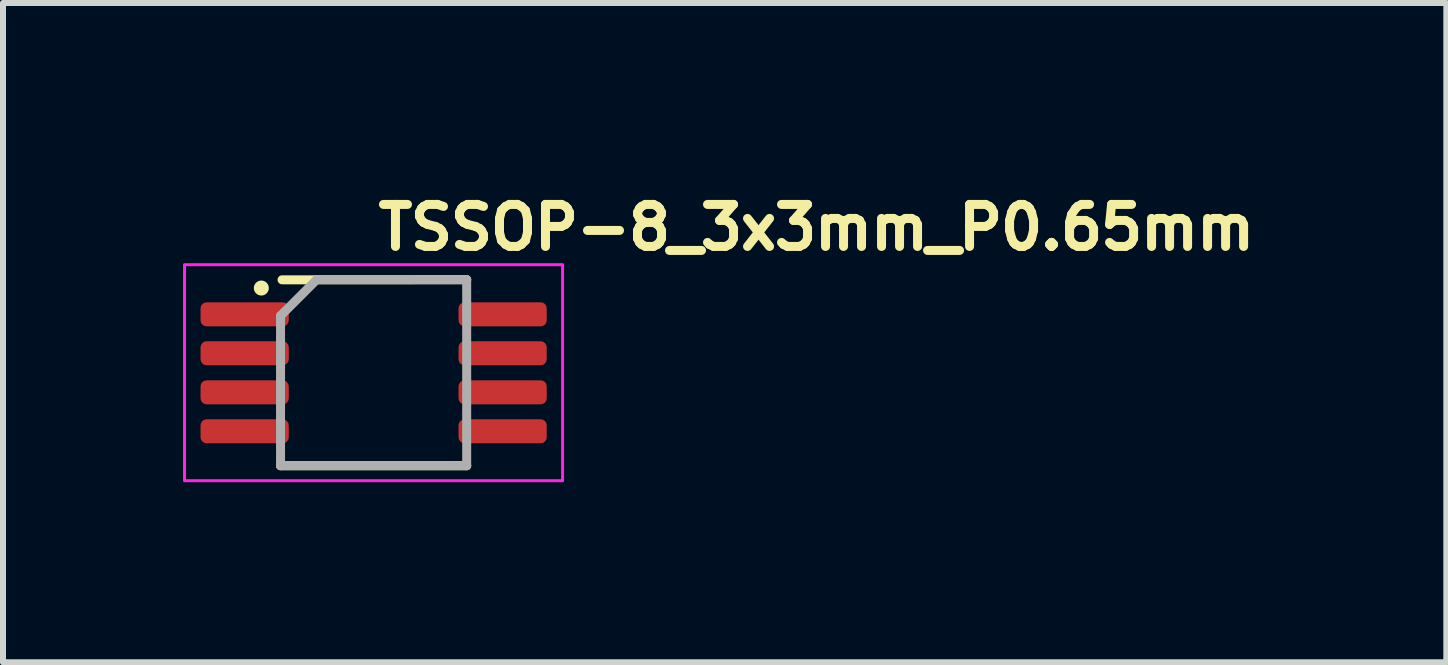
<source format=kicad_pcb>
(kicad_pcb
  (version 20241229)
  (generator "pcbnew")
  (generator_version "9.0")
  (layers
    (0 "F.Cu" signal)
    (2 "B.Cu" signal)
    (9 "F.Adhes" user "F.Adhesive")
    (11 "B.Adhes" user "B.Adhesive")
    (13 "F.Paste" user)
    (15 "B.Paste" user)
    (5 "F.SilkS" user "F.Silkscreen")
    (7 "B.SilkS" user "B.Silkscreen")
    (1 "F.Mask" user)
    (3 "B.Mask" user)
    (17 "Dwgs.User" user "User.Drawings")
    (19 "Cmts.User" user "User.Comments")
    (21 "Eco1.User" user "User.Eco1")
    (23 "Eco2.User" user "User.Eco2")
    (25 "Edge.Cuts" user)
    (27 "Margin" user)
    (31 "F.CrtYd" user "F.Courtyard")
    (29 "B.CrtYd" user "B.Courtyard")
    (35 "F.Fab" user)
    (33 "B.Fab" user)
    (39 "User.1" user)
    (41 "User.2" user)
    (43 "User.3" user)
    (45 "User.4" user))
  (footprint "TSSOP-8_3x3mm_P0.65mm"
    (layer "F.Cu")
    (at 3.175 3.15)
    (property "Reference" "TSSOP-8_3x3mm_P0.65mm" (at 0 -2 0) (layer "F.SilkS") (effects (font (size 0.7 0.7) (thickness 0.15)) (justify left bottom)))
    (attr smd)
    (fp_line (start -1.55 1.561) (end 1.552 1.561) (stroke (width 0.15) (type solid)) (layer "F.SilkS"))
    (fp_line (start -1.525 -1.537) (end 1.552 -1.539) (stroke (width 0.15) (type solid)) (layer "F.SilkS"))
    (fp_circle (center -1.87 -1.4) (end -1.82 -1.4) (stroke (width 0.15) (type solid)) (fill yes) (layer "F.SilkS"))
    (fp_rect (start -3.15 -1.789) (end 3.15 1.811) (stroke (width 0.05) (type solid)) (fill no) (layer "F.CrtYd"))
    (fp_line (start -1.55 -0.937) (end -1.55 1.561) (stroke (width 0.15) (type solid)) (layer "F.Fab"))
    (fp_line (start -1.55 -0.937) (end -0.949 -1.539) (stroke (width 0.15) (type solid)) (layer "F.Fab"))
    (fp_line (start -1.55 1.561) (end 1.552 1.561) (stroke (width 0.15) (type solid)) (layer "F.Fab"))
    (fp_line (start -0.949 -1.539) (end 1.552 -1.539) (stroke (width 0.15) (type solid)) (layer "F.Fab"))
    (fp_line (start 1.552 -1.539) (end 1.552 1.561) (stroke (width 0.15) (type solid)) (layer "F.Fab"))
    (fp_rect (start -2.449 -1.489) (end 2.451 1.513) (stroke (width 0.1) (type solid)) (fill no) (layer "User.5"))
    (fp_line (start -2.449 -0.806) (end -2.449 -1.12) (stroke (width 0.02) (type solid)) (layer "User.9"))
    (fp_line (start -2.449 -0.155) (end -2.449 -0.471) (stroke (width 0.02) (type solid)) (layer "User.9"))
    (fp_line (start -2.449 0.495) (end -2.449 0.18) (stroke (width 0.02) (type solid)) (layer "User.9"))
    (fp_line (start -2.449 1.145) (end -2.449 0.83) (stroke (width 0.02) (type solid)) (layer "User.9"))
    (fp_line (start -2.167 -1.12) (end -2.449 -1.12) (stroke (width 0.02) (type solid)) (layer "User.9"))
    (fp_line (start -2.167 -0.806) (end -2.449 -0.806) (stroke (width 0.02) (type solid)) (layer "User.9"))
    (fp_line (start -2.167 -0.471) (end -2.449 -0.471) (stroke (width 0.02) (type solid)) (layer "User.9"))
    (fp_line (start -2.167 -0.155) (end -2.449 -0.155) (stroke (width 0.02) (type solid)) (layer "User.9"))
    (fp_line (start -2.167 0.18) (end -2.449 0.18) (stroke (width 0.02) (type solid)) (layer "User.9"))
    (fp_line (start -2.167 0.495) (end -2.449 0.495) (stroke (width 0.02) (type solid)) (layer "User.9"))
    (fp_line (start -2.167 0.83) (end -2.449 0.83) (stroke (width 0.02) (type solid)) (layer "User.9"))
    (fp_line (start -2.167 1.145) (end -2.449 1.145) (stroke (width 0.02) (type solid)) (layer "User.9"))
    (fp_line (start -2.076 -1.12) (end -2.167 -1.12) (stroke (width 0.02) (type solid)) (layer "User.9"))
    (fp_line (start -2.076 -0.806) (end -2.167 -0.806) (stroke (width 0.02) (type solid)) (layer "User.9"))
    (fp_line (start -2.076 -0.471) (end -2.167 -0.471) (stroke (width 0.02) (type solid)) (layer "User.9"))
    (fp_line (start -2.076 -0.155) (end -2.167 -0.155) (stroke (width 0.02) (type solid)) (layer "User.9"))
    (fp_line (start -2.076 0.18) (end -2.167 0.18) (stroke (width 0.02) (type solid)) (layer "User.9"))
    (fp_line (start -2.076 0.495) (end -2.167 0.495) (stroke (width 0.02) (type solid)) (layer "User.9"))
    (fp_line (start -2.076 0.83) (end -2.167 0.83) (stroke (width 0.02) (type solid)) (layer "User.9"))
    (fp_line (start -2.076 1.145) (end -2.167 1.145) (stroke (width 0.02) (type solid)) (layer "User.9"))
    (fp_line (start -2.041 -1.12) (end -2.076 -1.12) (stroke (width 0.02) (type solid)) (layer "User.9"))
    (fp_line (start -2.041 -0.806) (end -2.076 -0.806) (stroke (width 0.02) (type solid)) (layer "User.9"))
    (fp_line (start -2.041 -0.471) (end -2.076 -0.471) (stroke (width 0.02) (type solid)) (layer "User.9"))
    (fp_line (start -2.041 -0.155) (end -2.076 -0.155) (stroke (width 0.02) (type solid)) (layer "User.9"))
    (fp_line (start -2.041 0.18) (end -2.076 0.18) (stroke (width 0.02) (type solid)) (layer "User.9"))
    (fp_line (start -2.041 0.495) (end -2.076 0.495) (stroke (width 0.02) (type solid)) (layer "User.9"))
    (fp_line (start -2.041 0.83) (end -2.076 0.83) (stroke (width 0.02) (type solid)) (layer "User.9"))
    (fp_line (start -2.041 1.145) (end -2.076 1.145) (stroke (width 0.02) (type solid)) (layer "User.9"))
    (fp_line (start -1.766 -1.12) (end -2.041 -1.12) (stroke (width 0.02) (type solid)) (layer "User.9"))
    (fp_line (start -1.766 -0.806) (end -2.041 -0.806) (stroke (width 0.02) (type solid)) (layer "User.9"))
    (fp_line (start -1.766 -0.471) (end -2.041 -0.471) (stroke (width 0.02) (type solid)) (layer "User.9"))
    (fp_line (start -1.766 -0.155) (end -2.041 -0.155) (stroke (width 0.02) (type solid)) (layer "User.9"))
    (fp_line (start -1.766 0.18) (end -2.041 0.18) (stroke (width 0.02) (type solid)) (layer "User.9"))
    (fp_line (start -1.766 0.495) (end -2.041 0.495) (stroke (width 0.02) (type solid)) (layer "User.9"))
    (fp_line (start -1.766 0.83) (end -2.041 0.83) (stroke (width 0.02) (type solid)) (layer "User.9"))
    (fp_line (start -1.766 1.145) (end -2.041 1.145) (stroke (width 0.02) (type solid)) (layer "User.9"))
    (fp_line (start -1.499 -1.338) (end -1.499 -1.338) (stroke (width 0.02) (type solid)) (layer "User.9"))
    (fp_line (start -1.499 -1.338) (end -1.499 1.363) (stroke (width 0.02) (type solid)) (layer "User.9"))
    (fp_line (start -1.499 -1.338) (end -1.498 -1.345) (stroke (width 0.02) (type solid)) (layer "User.9"))
    (fp_line (start -1.499 -1.12) (end -1.766 -1.12) (stroke (width 0.02) (type solid)) (layer "User.9"))
    (fp_line (start -1.499 -0.806) (end -1.766 -0.806) (stroke (width 0.02) (type solid)) (layer "User.9"))
    (fp_line (start -1.499 -0.806) (end -1.499 -1.12) (stroke (width 0.02) (type solid)) (layer "User.9"))
    (fp_line (start -1.499 -0.471) (end -1.766 -0.471) (stroke (width 0.02) (type solid)) (layer "User.9"))
    (fp_line (start -1.499 -0.155) (end -1.766 -0.155) (stroke (width 0.02) (type solid)) (layer "User.9"))
    (fp_line (start -1.499 -0.155) (end -1.499 -0.471) (stroke (width 0.02) (type solid)) (layer "User.9"))
    (fp_line (start -1.499 0.18) (end -1.766 0.18) (stroke (width 0.02) (type solid)) (layer "User.9"))
    (fp_line (start -1.499 0.495) (end -1.766 0.495) (stroke (width 0.02) (type solid)) (layer "User.9"))
    (fp_line (start -1.499 0.495) (end -1.499 0.18) (stroke (width 0.02) (type solid)) (layer "User.9"))
    (fp_line (start -1.499 0.83) (end -1.766 0.83) (stroke (width 0.02) (type solid)) (layer "User.9"))
    (fp_line (start -1.499 1.145) (end -1.766 1.145) (stroke (width 0.02) (type solid)) (layer "User.9"))
    (fp_line (start -1.499 1.145) (end -1.499 0.83) (stroke (width 0.02) (type solid)) (layer "User.9"))
    (fp_line (start -1.499 1.363) (end -1.499 1.363) (stroke (width 0.02) (type solid)) (layer "User.9"))
    (fp_line (start -1.498 -1.353) (end -1.497 -1.36) (stroke (width 0.02) (type solid)) (layer "User.9"))
    (fp_line (start -1.498 -1.345) (end -1.498 -1.353) (stroke (width 0.02) (type solid)) (layer "User.9"))
    (fp_line (start -1.498 1.369) (end -1.499 1.363) (stroke (width 0.02) (type solid)) (layer "User.9"))
    (fp_line (start -1.498 1.376) (end -1.498 1.369) (stroke (width 0.02) (type solid)) (layer "User.9"))
    (fp_line (start -1.497 -1.36) (end -1.496 -1.367) (stroke (width 0.02) (type solid)) (layer "User.9"))
    (fp_line (start -1.497 1.384) (end -1.498 1.376) (stroke (width 0.02) (type solid)) (layer "User.9"))
    (fp_line (start -1.496 -1.367) (end -1.494 -1.374) (stroke (width 0.02) (type solid)) (layer "User.9"))
    (fp_line (start -1.496 1.391) (end -1.497 1.384) (stroke (width 0.02) (type solid)) (layer "User.9"))
    (fp_line (start -1.494 -1.374) (end -1.493 -1.38) (stroke (width 0.02) (type solid)) (layer "User.9"))
    (fp_line (start -1.494 1.397) (end -1.496 1.391) (stroke (width 0.02) (type solid)) (layer "User.9"))
    (fp_line (start -1.493 -1.38) (end -1.49 -1.386) (stroke (width 0.02) (type solid)) (layer "User.9"))
    (fp_line (start -1.493 1.404) (end -1.494 1.397) (stroke (width 0.02) (type solid)) (layer "User.9"))
    (fp_line (start -1.49 -1.386) (end -1.488 -1.393) (stroke (width 0.02) (type solid)) (layer "User.9"))
    (fp_line (start -1.49 1.411) (end -1.493 1.404) (stroke (width 0.02) (type solid)) (layer "User.9"))
    (fp_line (start -1.488 -1.393) (end -1.485 -1.4) (stroke (width 0.02) (type solid)) (layer "User.9"))
    (fp_line (start -1.488 1.417) (end -1.49 1.411) (stroke (width 0.02) (type solid)) (layer "User.9"))
    (fp_line (start -1.485 -1.4) (end -1.482 -1.406) (stroke (width 0.02) (type solid)) (layer "User.9"))
    (fp_line (start -1.485 1.424) (end -1.488 1.417) (stroke (width 0.02) (type solid)) (layer "User.9"))
    (fp_line (start -1.482 -1.406) (end -1.478 -1.413) (stroke (width 0.02) (type solid)) (layer "User.9"))
    (fp_line (start -1.482 1.431) (end -1.485 1.424) (stroke (width 0.02) (type solid)) (layer "User.9"))
    (fp_line (start -1.478 -1.413) (end -1.474 -1.42) (stroke (width 0.02) (type solid)) (layer "User.9"))
    (fp_line (start -1.478 1.436) (end -1.482 1.431) (stroke (width 0.02) (type solid)) (layer "User.9"))
    (fp_line (start -1.474 -1.42) (end -1.47 -1.426) (stroke (width 0.02) (type solid)) (layer "User.9"))
    (fp_line (start -1.474 1.444) (end -1.478 1.436) (stroke (width 0.02) (type solid)) (layer "User.9"))
    (fp_line (start -1.47 -1.426) (end -1.465 -1.432) (stroke (width 0.02) (type solid)) (layer "User.9"))
    (fp_line (start -1.47 1.449) (end -1.474 1.444) (stroke (width 0.02) (type solid)) (layer "User.9"))
    (fp_line (start -1.465 -1.432) (end -1.46 -1.438) (stroke (width 0.02) (type solid)) (layer "User.9"))
    (fp_line (start -1.465 1.456) (end -1.47 1.449) (stroke (width 0.02) (type solid)) (layer "User.9"))
    (fp_line (start -1.46 -1.438) (end -1.455 -1.444) (stroke (width 0.02) (type solid)) (layer "User.9"))
    (fp_line (start -1.46 1.461) (end -1.465 1.456) (stroke (width 0.02) (type solid)) (layer "User.9"))
    (fp_line (start -1.455 -1.444) (end -1.455 -1.444) (stroke (width 0.02) (type solid)) (layer "User.9"))
    (fp_line (start -1.455 -1.444) (end -1.448 -1.449) (stroke (width 0.02) (type solid)) (layer "User.9"))
    (fp_line (start -1.455 1.468) (end -1.46 1.461) (stroke (width 0.02) (type solid)) (layer "User.9"))
    (fp_line (start -1.455 1.468) (end -1.455 1.468) (stroke (width 0.02) (type solid)) (layer "User.9"))
    (fp_line (start -1.448 -1.449) (end -1.443 -1.454) (stroke (width 0.02) (type solid)) (layer "User.9"))
    (fp_line (start -1.448 1.473) (end -1.455 1.468) (stroke (width 0.02) (type solid)) (layer "User.9"))
    (fp_line (start -1.443 -1.454) (end -1.437 -1.459) (stroke (width 0.02) (type solid)) (layer "User.9"))
    (fp_line (start -1.443 1.478) (end -1.448 1.473) (stroke (width 0.02) (type solid)) (layer "User.9"))
    (fp_line (start -1.437 -1.459) (end -1.431 -1.463) (stroke (width 0.02) (type solid)) (layer "User.9"))
    (fp_line (start -1.437 1.484) (end -1.443 1.478) (stroke (width 0.02) (type solid)) (layer "User.9"))
    (fp_line (start -1.431 -1.463) (end -1.424 -1.467) (stroke (width 0.02) (type solid)) (layer "User.9"))
    (fp_line (start -1.431 1.488) (end -1.437 1.484) (stroke (width 0.02) (type solid)) (layer "User.9"))
    (fp_line (start -1.424 -1.467) (end -1.418 -1.471) (stroke (width 0.02) (type solid)) (layer "User.9"))
    (fp_line (start -1.424 1.492) (end -1.431 1.488) (stroke (width 0.02) (type solid)) (layer "User.9"))
    (fp_line (start -1.418 -1.471) (end -1.412 -1.474) (stroke (width 0.02) (type solid)) (layer "User.9"))
    (fp_line (start -1.418 1.496) (end -1.424 1.492) (stroke (width 0.02) (type solid)) (layer "User.9"))
    (fp_line (start -1.412 -1.474) (end -1.405 -1.478) (stroke (width 0.02) (type solid)) (layer "User.9"))
    (fp_line (start -1.412 1.498) (end -1.418 1.496) (stroke (width 0.02) (type solid)) (layer "User.9"))
    (fp_line (start -1.405 -1.478) (end -1.398 -1.48) (stroke (width 0.02) (type solid)) (layer "User.9"))
    (fp_line (start -1.405 1.501) (end -1.412 1.498) (stroke (width 0.02) (type solid)) (layer "User.9"))
    (fp_line (start -1.398 -1.48) (end -1.392 -1.483) (stroke (width 0.02) (type solid)) (layer "User.9"))
    (fp_line (start -1.398 1.504) (end -1.405 1.501) (stroke (width 0.02) (type solid)) (layer "User.9"))
    (fp_line (start -1.392 -1.483) (end -1.385 -1.484) (stroke (width 0.02) (type solid)) (layer "User.9"))
    (fp_line (start -1.392 1.506) (end -1.398 1.504) (stroke (width 0.02) (type solid)) (layer "User.9"))
    (fp_line (start -1.385 -1.484) (end -1.377 -1.486) (stroke (width 0.02) (type solid)) (layer "User.9"))
    (fp_line (start -1.385 1.508) (end -1.392 1.506) (stroke (width 0.02) (type solid)) (layer "User.9"))
    (fp_line (start -1.377 -1.486) (end -1.37 -1.487) (stroke (width 0.02) (type solid)) (layer "User.9"))
    (fp_line (start -1.377 1.509) (end -1.385 1.508) (stroke (width 0.02) (type solid)) (layer "User.9"))
    (fp_line (start -1.37 -1.487) (end -1.363 -1.488) (stroke (width 0.02) (type solid)) (layer "User.9"))
    (fp_line (start -1.37 1.51) (end -1.377 1.509) (stroke (width 0.02) (type solid)) (layer "User.9"))
    (fp_line (start -1.363 -1.488) (end -1.356 -1.488) (stroke (width 0.02) (type solid)) (layer "User.9"))
    (fp_line (start -1.363 1.512) (end -1.37 1.51) (stroke (width 0.02) (type solid)) (layer "User.9"))
    (fp_line (start -1.356 -1.488) (end -1.349 -1.489) (stroke (width 0.02) (type solid)) (layer "User.9"))
    (fp_line (start -1.356 1.512) (end -1.363 1.512) (stroke (width 0.02) (type solid)) (layer "User.9"))
    (fp_line (start -1.349 -1.489) (end -1.349 -1.489) (stroke (width 0.02) (type solid)) (layer "User.9"))
    (fp_line (start -1.349 1.513) (end -1.356 1.512) (stroke (width 0.02) (type solid)) (layer "User.9"))
    (fp_line (start -1.349 1.513) (end -1.349 1.513) (stroke (width 0.02) (type solid)) (layer "User.9"))
    (fp_line (start -1.349 1.513) (end 1.351 1.513) (stroke (width 0.02) (type solid)) (layer "User.9"))
    (fp_line (start -1.124 -1) (end -1.124 -0.997) (stroke (width 0.02) (type solid)) (layer "User.9"))
    (fp_line (start -1.124 -1) (end -1.124 -0.997) (stroke (width 0.02) (type solid)) (layer "User.9"))
    (fp_line (start -1.124 -0.997) (end -1.124 -0.992) (stroke (width 0.02) (type solid)) (layer "User.9"))
    (fp_line (start -1.124 -0.997) (end -1.124 -0.992) (stroke (width 0.02) (type solid)) (layer "User.9"))
    (fp_line (start -1.124 -0.992) (end -1.124 -0.989) (stroke (width 0.02) (type solid)) (layer "User.9"))
    (fp_line (start -1.124 -0.992) (end -1.124 -0.989) (stroke (width 0.02) (type solid)) (layer "User.9"))
    (fp_line (start -1.124 -0.989) (end -1.124 -0.98) (stroke (width 0.02) (type solid)) (layer "User.9"))
    (fp_line (start -1.124 -0.989) (end -1.124 -0.98) (stroke (width 0.02) (type solid)) (layer "User.9"))
    (fp_line (start -1.124 -0.98) (end -1.122 -0.972) (stroke (width 0.02) (type solid)) (layer "User.9"))
    (fp_line (start -1.124 -0.98) (end -1.122 -0.972) (stroke (width 0.02) (type solid)) (layer "User.9"))
    (fp_line (start -1.122 -1.013) (end -1.122 -1.008) (stroke (width 0.02) (type solid)) (layer "User.9"))
    (fp_line (start -1.122 -1.013) (end -1.122 -1.008) (stroke (width 0.02) (type solid)) (layer "User.9"))
    (fp_line (start -1.122 -1.008) (end -1.122 -1.005) (stroke (width 0.02) (type solid)) (layer "User.9"))
    (fp_line (start -1.122 -1.008) (end -1.122 -1.005) (stroke (width 0.02) (type solid)) (layer "User.9"))
    (fp_line (start -1.122 -1.005) (end -1.124 -1) (stroke (width 0.02) (type solid)) (layer "User.9"))
    (fp_line (start -1.122 -1.005) (end -1.124 -1) (stroke (width 0.02) (type solid)) (layer "User.9"))
    (fp_line (start -1.122 -0.972) (end -1.122 -0.963) (stroke (width 0.02) (type solid)) (layer "User.9"))
    (fp_line (start -1.122 -0.972) (end -1.122 -0.963) (stroke (width 0.02) (type solid)) (layer "User.9"))
    (fp_line (start -1.122 -0.963) (end -1.12 -0.955) (stroke (width 0.02) (type solid)) (layer "User.9"))
    (fp_line (start -1.122 -0.963) (end -1.12 -0.955) (stroke (width 0.02) (type solid)) (layer "User.9"))
    (fp_line (start -1.12 -1.021) (end -1.12 -1.016) (stroke (width 0.02) (type solid)) (layer "User.9"))
    (fp_line (start -1.12 -1.021) (end -1.12 -1.016) (stroke (width 0.02) (type solid)) (layer "User.9"))
    (fp_line (start -1.12 -1.016) (end -1.122 -1.013) (stroke (width 0.02) (type solid)) (layer "User.9"))
    (fp_line (start -1.12 -1.016) (end -1.122 -1.013) (stroke (width 0.02) (type solid)) (layer "User.9"))
    (fp_line (start -1.12 -0.955) (end -1.118 -0.948) (stroke (width 0.02) (type solid)) (layer "User.9"))
    (fp_line (start -1.12 -0.955) (end -1.118 -0.948) (stroke (width 0.02) (type solid)) (layer "User.9"))
    (fp_line (start -1.118 -1.029) (end -1.118 -1.024) (stroke (width 0.02) (type solid)) (layer "User.9"))
    (fp_line (start -1.118 -1.029) (end -1.118 -1.024) (stroke (width 0.02) (type solid)) (layer "User.9"))
    (fp_line (start -1.118 -1.024) (end -1.12 -1.021) (stroke (width 0.02) (type solid)) (layer "User.9"))
    (fp_line (start -1.118 -1.024) (end -1.12 -1.021) (stroke (width 0.02) (type solid)) (layer "User.9"))
    (fp_line (start -1.118 -0.948) (end -1.114 -0.941) (stroke (width 0.02) (type solid)) (layer "User.9"))
    (fp_line (start -1.118 -0.948) (end -1.114 -0.941) (stroke (width 0.02) (type solid)) (layer "User.9"))
    (fp_line (start -1.116 -1.033) (end -1.118 -1.029) (stroke (width 0.02) (type solid)) (layer "User.9"))
    (fp_line (start -1.116 -1.033) (end -1.118 -1.029) (stroke (width 0.02) (type solid)) (layer "User.9"))
    (fp_line (start -1.114 -1.035) (end -1.116 -1.033) (stroke (width 0.02) (type solid)) (layer "User.9"))
    (fp_line (start -1.114 -1.035) (end -1.116 -1.033) (stroke (width 0.02) (type solid)) (layer "User.9"))
    (fp_line (start -1.114 -0.941) (end -1.112 -0.933) (stroke (width 0.02) (type solid)) (layer "User.9"))
    (fp_line (start -1.114 -0.941) (end -1.112 -0.933) (stroke (width 0.02) (type solid)) (layer "User.9"))
    (fp_line (start -1.112 -1.044) (end -1.112 -1.039) (stroke (width 0.02) (type solid)) (layer "User.9"))
    (fp_line (start -1.112 -1.044) (end -1.112 -1.039) (stroke (width 0.02) (type solid)) (layer "User.9"))
    (fp_line (start -1.112 -1.039) (end -1.114 -1.035) (stroke (width 0.02) (type solid)) (layer "User.9"))
    (fp_line (start -1.112 -1.039) (end -1.114 -1.035) (stroke (width 0.02) (type solid)) (layer "User.9"))
    (fp_line (start -1.112 -0.933) (end -1.108 -0.926) (stroke (width 0.02) (type solid)) (layer "User.9"))
    (fp_line (start -1.112 -0.933) (end -1.108 -0.926) (stroke (width 0.02) (type solid)) (layer "User.9"))
    (fp_line (start -1.11 -1.047) (end -1.112 -1.044) (stroke (width 0.02) (type solid)) (layer "User.9"))
    (fp_line (start -1.11 -1.047) (end -1.112 -1.044) (stroke (width 0.02) (type solid)) (layer "User.9"))
    (fp_line (start -1.108 -1.05) (end -1.11 -1.047) (stroke (width 0.02) (type solid)) (layer "User.9"))
    (fp_line (start -1.108 -1.05) (end -1.11 -1.047) (stroke (width 0.02) (type solid)) (layer "User.9"))
    (fp_line (start -1.108 -0.926) (end -1.102 -0.919) (stroke (width 0.02) (type solid)) (layer "User.9"))
    (fp_line (start -1.108 -0.926) (end -1.102 -0.919) (stroke (width 0.02) (type solid)) (layer "User.9"))
    (fp_line (start -1.106 -1.053) (end -1.108 -1.05) (stroke (width 0.02) (type solid)) (layer "User.9"))
    (fp_line (start -1.106 -1.053) (end -1.108 -1.05) (stroke (width 0.02) (type solid)) (layer "User.9"))
    (fp_line (start -1.102 -1.057) (end -1.106 -1.053) (stroke (width 0.02) (type solid)) (layer "User.9"))
    (fp_line (start -1.102 -1.057) (end -1.106 -1.053) (stroke (width 0.02) (type solid)) (layer "User.9"))
    (fp_line (start -1.102 -0.919) (end -1.098 -0.912) (stroke (width 0.02) (type solid)) (layer "User.9"))
    (fp_line (start -1.102 -0.919) (end -1.098 -0.912) (stroke (width 0.02) (type solid)) (layer "User.9"))
    (fp_line (start -1.1 -1.061) (end -1.102 -1.057) (stroke (width 0.02) (type solid)) (layer "User.9"))
    (fp_line (start -1.1 -1.061) (end -1.102 -1.057) (stroke (width 0.02) (type solid)) (layer "User.9"))
    (fp_line (start -1.098 -1.064) (end -1.1 -1.061) (stroke (width 0.02) (type solid)) (layer "User.9"))
    (fp_line (start -1.098 -1.064) (end -1.1 -1.061) (stroke (width 0.02) (type solid)) (layer "User.9"))
    (fp_line (start -1.098 -0.912) (end -1.094 -0.905) (stroke (width 0.02) (type solid)) (layer "User.9"))
    (fp_line (start -1.098 -0.912) (end -1.094 -0.905) (stroke (width 0.02) (type solid)) (layer "User.9"))
    (fp_line (start -1.096 -1.067) (end -1.098 -1.064) (stroke (width 0.02) (type solid)) (layer "User.9"))
    (fp_line (start -1.096 -1.067) (end -1.098 -1.064) (stroke (width 0.02) (type solid)) (layer "User.9"))
    (fp_line (start -1.094 -1.07) (end -1.096 -1.067) (stroke (width 0.02) (type solid)) (layer "User.9"))
    (fp_line (start -1.094 -1.07) (end -1.096 -1.067) (stroke (width 0.02) (type solid)) (layer "User.9"))
    (fp_line (start -1.094 -0.905) (end -1.088 -0.9) (stroke (width 0.02) (type solid)) (layer "User.9"))
    (fp_line (start -1.094 -0.905) (end -1.088 -0.9) (stroke (width 0.02) (type solid)) (layer "User.9"))
    (fp_line (start -1.09 -1.073) (end -1.094 -1.07) (stroke (width 0.02) (type solid)) (layer "User.9"))
    (fp_line (start -1.09 -1.073) (end -1.094 -1.07) (stroke (width 0.02) (type solid)) (layer "User.9"))
    (fp_line (start -1.088 -1.077) (end -1.09 -1.073) (stroke (width 0.02) (type solid)) (layer "User.9"))
    (fp_line (start -1.088 -1.077) (end -1.09 -1.073) (stroke (width 0.02) (type solid)) (layer "User.9"))
    (fp_line (start -1.088 -0.9) (end -1.082 -0.894) (stroke (width 0.02) (type solid)) (layer "User.9"))
    (fp_line (start -1.088 -0.9) (end -1.082 -0.894) (stroke (width 0.02) (type solid)) (layer "User.9"))
    (fp_line (start -1.084 -1.08) (end -1.088 -1.077) (stroke (width 0.02) (type solid)) (layer "User.9"))
    (fp_line (start -1.084 -1.08) (end -1.088 -1.077) (stroke (width 0.02) (type solid)) (layer "User.9"))
    (fp_line (start -1.082 -1.082) (end -1.084 -1.08) (stroke (width 0.02) (type solid)) (layer "User.9"))
    (fp_line (start -1.082 -1.082) (end -1.084 -1.08) (stroke (width 0.02) (type solid)) (layer "User.9"))
    (fp_line (start -1.082 -0.894) (end -1.076 -0.889) (stroke (width 0.02) (type solid)) (layer "User.9"))
    (fp_line (start -1.082 -0.894) (end -1.076 -0.889) (stroke (width 0.02) (type solid)) (layer "User.9"))
    (fp_line (start -1.078 -1.084) (end -1.082 -1.082) (stroke (width 0.02) (type solid)) (layer "User.9"))
    (fp_line (start -1.078 -1.084) (end -1.082 -1.082) (stroke (width 0.02) (type solid)) (layer "User.9"))
    (fp_line (start -1.076 -1.087) (end -1.078 -1.084) (stroke (width 0.02) (type solid)) (layer "User.9"))
    (fp_line (start -1.076 -1.087) (end -1.078 -1.084) (stroke (width 0.02) (type solid)) (layer "User.9"))
    (fp_line (start -1.076 -0.889) (end -1.068 -0.885) (stroke (width 0.02) (type solid)) (layer "User.9"))
    (fp_line (start -1.076 -0.889) (end -1.068 -0.885) (stroke (width 0.02) (type solid)) (layer "User.9"))
    (fp_line (start -1.072 -1.089) (end -1.076 -1.087) (stroke (width 0.02) (type solid)) (layer "User.9"))
    (fp_line (start -1.072 -1.089) (end -1.076 -1.087) (stroke (width 0.02) (type solid)) (layer "User.9"))
    (fp_line (start -1.068 -1.092) (end -1.072 -1.089) (stroke (width 0.02) (type solid)) (layer "User.9"))
    (fp_line (start -1.068 -1.092) (end -1.072 -1.089) (stroke (width 0.02) (type solid)) (layer "User.9"))
    (fp_line (start -1.068 -0.885) (end -1.062 -0.879) (stroke (width 0.02) (type solid)) (layer "User.9"))
    (fp_line (start -1.068 -0.885) (end -1.062 -0.879) (stroke (width 0.02) (type solid)) (layer "User.9"))
    (fp_line (start -1.066 -1.095) (end -1.068 -1.092) (stroke (width 0.02) (type solid)) (layer "User.9"))
    (fp_line (start -1.066 -1.095) (end -1.068 -1.092) (stroke (width 0.02) (type solid)) (layer "User.9"))
    (fp_line (start -1.062 -1.097) (end -1.066 -1.095) (stroke (width 0.02) (type solid)) (layer "User.9"))
    (fp_line (start -1.062 -1.097) (end -1.066 -1.095) (stroke (width 0.02) (type solid)) (layer "User.9"))
    (fp_line (start -1.062 -1.097) (end -1.062 -1.097) (stroke (width 0.02) (type solid)) (layer "User.9"))
    (fp_line (start -1.062 -1.097) (end -1.062 -1.097) (stroke (width 0.02) (type solid)) (layer "User.9"))
    (fp_line (start -1.062 -0.879) (end -1.062 -0.879) (stroke (width 0.02) (type solid)) (layer "User.9"))
    (fp_line (start -1.062 -0.879) (end -1.062 -0.879) (stroke (width 0.02) (type solid)) (layer "User.9"))
    (fp_line (start -1.062 -0.879) (end -1.054 -0.875) (stroke (width 0.02) (type solid)) (layer "User.9"))
    (fp_line (start -1.062 -0.879) (end -1.054 -0.875) (stroke (width 0.02) (type solid)) (layer "User.9"))
    (fp_line (start -1.054 -1.101) (end -1.062 -1.097) (stroke (width 0.02) (type solid)) (layer "User.9"))
    (fp_line (start -1.054 -1.101) (end -1.062 -1.097) (stroke (width 0.02) (type solid)) (layer "User.9"))
    (fp_line (start -1.054 -0.875) (end -1.046 -0.873) (stroke (width 0.02) (type solid)) (layer "User.9"))
    (fp_line (start -1.054 -0.875) (end -1.046 -0.873) (stroke (width 0.02) (type solid)) (layer "User.9"))
    (fp_line (start -1.046 -1.104) (end -1.054 -1.101) (stroke (width 0.02) (type solid)) (layer "User.9"))
    (fp_line (start -1.046 -1.104) (end -1.054 -1.101) (stroke (width 0.02) (type solid)) (layer "User.9"))
    (fp_line (start -1.046 -0.873) (end -1.038 -0.87) (stroke (width 0.02) (type solid)) (layer "User.9"))
    (fp_line (start -1.046 -0.873) (end -1.038 -0.87) (stroke (width 0.02) (type solid)) (layer "User.9"))
    (fp_line (start -1.038 -1.107) (end -1.046 -1.104) (stroke (width 0.02) (type solid)) (layer "User.9"))
    (fp_line (start -1.038 -1.107) (end -1.046 -1.104) (stroke (width 0.02) (type solid)) (layer "User.9"))
    (fp_line (start -1.038 -0.87) (end -1.032 -0.868) (stroke (width 0.02) (type solid)) (layer "User.9"))
    (fp_line (start -1.038 -0.87) (end -1.032 -0.868) (stroke (width 0.02) (type solid)) (layer "User.9"))
    (fp_line (start -1.032 -1.108) (end -1.038 -1.107) (stroke (width 0.02) (type solid)) (layer "User.9"))
    (fp_line (start -1.032 -1.108) (end -1.038 -1.107) (stroke (width 0.02) (type solid)) (layer "User.9"))
    (fp_line (start -1.032 -0.868) (end -1.024 -0.865) (stroke (width 0.02) (type solid)) (layer "User.9"))
    (fp_line (start -1.032 -0.868) (end -1.024 -0.865) (stroke (width 0.02) (type solid)) (layer "User.9"))
    (fp_line (start -1.024 -1.11) (end -1.032 -1.108) (stroke (width 0.02) (type solid)) (layer "User.9"))
    (fp_line (start -1.024 -1.11) (end -1.032 -1.108) (stroke (width 0.02) (type solid)) (layer "User.9"))
    (fp_line (start -1.024 -0.865) (end -1.016 -0.864) (stroke (width 0.02) (type solid)) (layer "User.9"))
    (fp_line (start -1.024 -0.865) (end -1.016 -0.864) (stroke (width 0.02) (type solid)) (layer "User.9"))
    (fp_line (start -1.016 -1.111) (end -1.024 -1.11) (stroke (width 0.02) (type solid)) (layer "User.9"))
    (fp_line (start -1.016 -1.111) (end -1.024 -1.11) (stroke (width 0.02) (type solid)) (layer "User.9"))
    (fp_line (start -1.016 -0.864) (end -1.008 -0.863) (stroke (width 0.02) (type solid)) (layer "User.9"))
    (fp_line (start -1.016 -0.864) (end -1.008 -0.863) (stroke (width 0.02) (type solid)) (layer "User.9"))
    (fp_line (start -1.008 -1.112) (end -1.016 -1.111) (stroke (width 0.02) (type solid)) (layer "User.9"))
    (fp_line (start -1.008 -1.112) (end -1.016 -1.111) (stroke (width 0.02) (type solid)) (layer "User.9"))
    (fp_line (start -1.008 -0.863) (end -1 -0.863) (stroke (width 0.02) (type solid)) (layer "User.9"))
    (fp_line (start -1.008 -0.863) (end -1 -0.863) (stroke (width 0.02) (type solid)) (layer "User.9"))
    (fp_line (start -1 -1.113) (end -1.008 -1.112) (stroke (width 0.02) (type solid)) (layer "User.9"))
    (fp_line (start -1 -1.113) (end -1.008 -1.112) (stroke (width 0.02) (type solid)) (layer "User.9"))
    (fp_line (start -1 -0.863) (end -0.991 -0.863) (stroke (width 0.02) (type solid)) (layer "User.9"))
    (fp_line (start -1 -0.863) (end -0.991 -0.863) (stroke (width 0.02) (type solid)) (layer "User.9"))
    (fp_line (start -0.991 -1.112) (end -1 -1.113) (stroke (width 0.02) (type solid)) (layer "User.9"))
    (fp_line (start -0.991 -1.112) (end -1 -1.113) (stroke (width 0.02) (type solid)) (layer "User.9"))
    (fp_line (start -0.991 -0.863) (end -0.983 -0.864) (stroke (width 0.02) (type solid)) (layer "User.9"))
    (fp_line (start -0.991 -0.863) (end -0.983 -0.864) (stroke (width 0.02) (type solid)) (layer "User.9"))
    (fp_line (start -0.983 -1.111) (end -0.991 -1.112) (stroke (width 0.02) (type solid)) (layer "User.9"))
    (fp_line (start -0.983 -1.111) (end -0.991 -1.112) (stroke (width 0.02) (type solid)) (layer "User.9"))
    (fp_line (start -0.983 -0.864) (end -0.975 -0.865) (stroke (width 0.02) (type solid)) (layer "User.9"))
    (fp_line (start -0.983 -0.864) (end -0.975 -0.865) (stroke (width 0.02) (type solid)) (layer "User.9"))
    (fp_line (start -0.975 -1.11) (end -0.983 -1.111) (stroke (width 0.02) (type solid)) (layer "User.9"))
    (fp_line (start -0.975 -1.11) (end -0.983 -1.111) (stroke (width 0.02) (type solid)) (layer "User.9"))
    (fp_line (start -0.975 -0.865) (end -0.967 -0.868) (stroke (width 0.02) (type solid)) (layer "User.9"))
    (fp_line (start -0.975 -0.865) (end -0.967 -0.868) (stroke (width 0.02) (type solid)) (layer "User.9"))
    (fp_line (start -0.967 -1.108) (end -0.975 -1.11) (stroke (width 0.02) (type solid)) (layer "User.9"))
    (fp_line (start -0.967 -1.108) (end -0.975 -1.11) (stroke (width 0.02) (type solid)) (layer "User.9"))
    (fp_line (start -0.967 -0.868) (end -0.959 -0.87) (stroke (width 0.02) (type solid)) (layer "User.9"))
    (fp_line (start -0.967 -0.868) (end -0.959 -0.87) (stroke (width 0.02) (type solid)) (layer "User.9"))
    (fp_line (start -0.959 -1.107) (end -0.967 -1.108) (stroke (width 0.02) (type solid)) (layer "User.9"))
    (fp_line (start -0.959 -1.107) (end -0.967 -1.108) (stroke (width 0.02) (type solid)) (layer "User.9"))
    (fp_line (start -0.959 -0.87) (end -0.951 -0.873) (stroke (width 0.02) (type solid)) (layer "User.9"))
    (fp_line (start -0.959 -0.87) (end -0.951 -0.873) (stroke (width 0.02) (type solid)) (layer "User.9"))
    (fp_line (start -0.951 -1.104) (end -0.959 -1.107) (stroke (width 0.02) (type solid)) (layer "User.9"))
    (fp_line (start -0.951 -1.104) (end -0.959 -1.107) (stroke (width 0.02) (type solid)) (layer "User.9"))
    (fp_line (start -0.951 -0.873) (end -0.943 -0.875) (stroke (width 0.02) (type solid)) (layer "User.9"))
    (fp_line (start -0.951 -0.873) (end -0.943 -0.875) (stroke (width 0.02) (type solid)) (layer "User.9"))
    (fp_line (start -0.943 -1.101) (end -0.951 -1.104) (stroke (width 0.02) (type solid)) (layer "User.9"))
    (fp_line (start -0.943 -1.101) (end -0.951 -1.104) (stroke (width 0.02) (type solid)) (layer "User.9"))
    (fp_line (start -0.943 -0.875) (end -0.937 -0.879) (stroke (width 0.02) (type solid)) (layer "User.9"))
    (fp_line (start -0.943 -0.875) (end -0.937 -0.879) (stroke (width 0.02) (type solid)) (layer "User.9"))
    (fp_line (start -0.937 -1.097) (end -0.943 -1.101) (stroke (width 0.02) (type solid)) (layer "User.9"))
    (fp_line (start -0.937 -1.097) (end -0.943 -1.101) (stroke (width 0.02) (type solid)) (layer "User.9"))
    (fp_line (start -0.937 -1.097) (end -0.937 -1.097) (stroke (width 0.02) (type solid)) (layer "User.9"))
    (fp_line (start -0.937 -1.097) (end -0.937 -1.097) (stroke (width 0.02) (type solid)) (layer "User.9"))
    (fp_line (start -0.937 -0.879) (end -0.937 -0.879) (stroke (width 0.02) (type solid)) (layer "User.9"))
    (fp_line (start -0.937 -0.879) (end -0.937 -0.879) (stroke (width 0.02) (type solid)) (layer "User.9"))
    (fp_line (start -0.937 -0.879) (end -0.933 -0.881) (stroke (width 0.02) (type solid)) (layer "User.9"))
    (fp_line (start -0.937 -0.879) (end -0.933 -0.881) (stroke (width 0.02) (type solid)) (layer "User.9"))
    (fp_line (start -0.933 -0.881) (end -0.929 -0.885) (stroke (width 0.02) (type solid)) (layer "User.9"))
    (fp_line (start -0.933 -0.881) (end -0.929 -0.885) (stroke (width 0.02) (type solid)) (layer "User.9"))
    (fp_line (start -0.929 -1.092) (end -0.937 -1.097) (stroke (width 0.02) (type solid)) (layer "User.9"))
    (fp_line (start -0.929 -1.092) (end -0.937 -1.097) (stroke (width 0.02) (type solid)) (layer "User.9"))
    (fp_line (start -0.929 -0.885) (end -0.927 -0.887) (stroke (width 0.02) (type solid)) (layer "User.9"))
    (fp_line (start -0.929 -0.885) (end -0.927 -0.887) (stroke (width 0.02) (type solid)) (layer "User.9"))
    (fp_line (start -0.927 -0.887) (end -0.923 -0.889) (stroke (width 0.02) (type solid)) (layer "User.9"))
    (fp_line (start -0.927 -0.887) (end -0.923 -0.889) (stroke (width 0.02) (type solid)) (layer "User.9"))
    (fp_line (start -0.923 -1.087) (end -0.929 -1.092) (stroke (width 0.02) (type solid)) (layer "User.9"))
    (fp_line (start -0.923 -1.087) (end -0.929 -1.092) (stroke (width 0.02) (type solid)) (layer "User.9"))
    (fp_line (start -0.923 -0.889) (end -0.919 -0.891) (stroke (width 0.02) (type solid)) (layer "User.9"))
    (fp_line (start -0.923 -0.889) (end -0.919 -0.891) (stroke (width 0.02) (type solid)) (layer "User.9"))
    (fp_line (start -0.919 -0.891) (end -0.917 -0.894) (stroke (width 0.02) (type solid)) (layer "User.9"))
    (fp_line (start -0.919 -0.891) (end -0.917 -0.894) (stroke (width 0.02) (type solid)) (layer "User.9"))
    (fp_line (start -0.917 -1.082) (end -0.923 -1.087) (stroke (width 0.02) (type solid)) (layer "User.9"))
    (fp_line (start -0.917 -1.082) (end -0.923 -1.087) (stroke (width 0.02) (type solid)) (layer "User.9"))
    (fp_line (start -0.917 -0.894) (end -0.913 -0.896) (stroke (width 0.02) (type solid)) (layer "User.9"))
    (fp_line (start -0.917 -0.894) (end -0.913 -0.896) (stroke (width 0.02) (type solid)) (layer "User.9"))
    (fp_line (start -0.913 -0.896) (end -0.911 -0.9) (stroke (width 0.02) (type solid)) (layer "User.9"))
    (fp_line (start -0.913 -0.896) (end -0.911 -0.9) (stroke (width 0.02) (type solid)) (layer "User.9"))
    (fp_line (start -0.911 -1.077) (end -0.917 -1.082) (stroke (width 0.02) (type solid)) (layer "User.9"))
    (fp_line (start -0.911 -1.077) (end -0.917 -1.082) (stroke (width 0.02) (type solid)) (layer "User.9"))
    (fp_line (start -0.911 -0.9) (end -0.907 -0.903) (stroke (width 0.02) (type solid)) (layer "User.9"))
    (fp_line (start -0.911 -0.9) (end -0.907 -0.903) (stroke (width 0.02) (type solid)) (layer "User.9"))
    (fp_line (start -0.907 -0.903) (end -0.905 -0.905) (stroke (width 0.02) (type solid)) (layer "User.9"))
    (fp_line (start -0.907 -0.903) (end -0.905 -0.905) (stroke (width 0.02) (type solid)) (layer "User.9"))
    (fp_line (start -0.905 -1.07) (end -0.911 -1.077) (stroke (width 0.02) (type solid)) (layer "User.9"))
    (fp_line (start -0.905 -1.07) (end -0.911 -1.077) (stroke (width 0.02) (type solid)) (layer "User.9"))
    (fp_line (start -0.905 -0.905) (end -0.903 -0.909) (stroke (width 0.02) (type solid)) (layer "User.9"))
    (fp_line (start -0.905 -0.905) (end -0.903 -0.909) (stroke (width 0.02) (type solid)) (layer "User.9"))
    (fp_line (start -0.903 -0.909) (end -0.899 -0.912) (stroke (width 0.02) (type solid)) (layer "User.9"))
    (fp_line (start -0.903 -0.909) (end -0.899 -0.912) (stroke (width 0.02) (type solid)) (layer "User.9"))
    (fp_line (start -0.899 -1.064) (end -0.905 -1.07) (stroke (width 0.02) (type solid)) (layer "User.9"))
    (fp_line (start -0.899 -1.064) (end -0.905 -1.07) (stroke (width 0.02) (type solid)) (layer "User.9"))
    (fp_line (start -0.899 -0.912) (end -0.897 -0.916) (stroke (width 0.02) (type solid)) (layer "User.9"))
    (fp_line (start -0.899 -0.912) (end -0.897 -0.916) (stroke (width 0.02) (type solid)) (layer "User.9"))
    (fp_line (start -0.897 -0.916) (end -0.895 -0.919) (stroke (width 0.02) (type solid)) (layer "User.9"))
    (fp_line (start -0.897 -0.916) (end -0.895 -0.919) (stroke (width 0.02) (type solid)) (layer "User.9"))
    (fp_line (start -0.895 -1.057) (end -0.899 -1.064) (stroke (width 0.02) (type solid)) (layer "User.9"))
    (fp_line (start -0.895 -1.057) (end -0.899 -1.064) (stroke (width 0.02) (type solid)) (layer "User.9"))
    (fp_line (start -0.895 -0.919) (end -0.893 -0.922) (stroke (width 0.02) (type solid)) (layer "User.9"))
    (fp_line (start -0.895 -0.919) (end -0.893 -0.922) (stroke (width 0.02) (type solid)) (layer "User.9"))
    (fp_line (start -0.893 -0.922) (end -0.891 -0.926) (stroke (width 0.02) (type solid)) (layer "User.9"))
    (fp_line (start -0.893 -0.922) (end -0.891 -0.926) (stroke (width 0.02) (type solid)) (layer "User.9"))
    (fp_line (start -0.891 -1.05) (end -0.895 -1.057) (stroke (width 0.02) (type solid)) (layer "User.9"))
    (fp_line (start -0.891 -1.05) (end -0.895 -1.057) (stroke (width 0.02) (type solid)) (layer "User.9"))
    (fp_line (start -0.891 -0.926) (end -0.889 -0.929) (stroke (width 0.02) (type solid)) (layer "User.9"))
    (fp_line (start -0.891 -0.926) (end -0.889 -0.929) (stroke (width 0.02) (type solid)) (layer "User.9"))
    (fp_line (start -0.889 -0.929) (end -0.887 -0.933) (stroke (width 0.02) (type solid)) (layer "User.9"))
    (fp_line (start -0.889 -0.929) (end -0.887 -0.933) (stroke (width 0.02) (type solid)) (layer "User.9"))
    (fp_line (start -0.887 -1.044) (end -0.891 -1.05) (stroke (width 0.02) (type solid)) (layer "User.9"))
    (fp_line (start -0.887 -1.044) (end -0.891 -1.05) (stroke (width 0.02) (type solid)) (layer "User.9"))
    (fp_line (start -0.887 -0.933) (end -0.885 -0.936) (stroke (width 0.02) (type solid)) (layer "User.9"))
    (fp_line (start -0.887 -0.933) (end -0.885 -0.936) (stroke (width 0.02) (type solid)) (layer "User.9"))
    (fp_line (start -0.885 -0.936) (end -0.883 -0.941) (stroke (width 0.02) (type solid)) (layer "User.9"))
    (fp_line (start -0.885 -0.936) (end -0.883 -0.941) (stroke (width 0.02) (type solid)) (layer "User.9"))
    (fp_line (start -0.883 -1.035) (end -0.887 -1.044) (stroke (width 0.02) (type solid)) (layer "User.9"))
    (fp_line (start -0.883 -1.035) (end -0.887 -1.044) (stroke (width 0.02) (type solid)) (layer "User.9"))
    (fp_line (start -0.883 -0.944) (end -0.881 -0.948) (stroke (width 0.02) (type solid)) (layer "User.9"))
    (fp_line (start -0.883 -0.944) (end -0.881 -0.948) (stroke (width 0.02) (type solid)) (layer "User.9"))
    (fp_line (start -0.883 -0.941) (end -0.883 -0.944) (stroke (width 0.02) (type solid)) (layer "User.9"))
    (fp_line (start -0.883 -0.941) (end -0.883 -0.944) (stroke (width 0.02) (type solid)) (layer "User.9"))
    (fp_line (start -0.881 -1.029) (end -0.883 -1.035) (stroke (width 0.02) (type solid)) (layer "User.9"))
    (fp_line (start -0.881 -1.029) (end -0.883 -1.035) (stroke (width 0.02) (type solid)) (layer "User.9"))
    (fp_line (start -0.881 -0.948) (end -0.879 -0.952) (stroke (width 0.02) (type solid)) (layer "User.9"))
    (fp_line (start -0.881 -0.948) (end -0.879 -0.952) (stroke (width 0.02) (type solid)) (layer "User.9"))
    (fp_line (start -0.879 -1.021) (end -0.881 -1.029) (stroke (width 0.02) (type solid)) (layer "User.9"))
    (fp_line (start -0.879 -1.021) (end -0.881 -1.029) (stroke (width 0.02) (type solid)) (layer "User.9"))
    (fp_line (start -0.879 -0.955) (end -0.877 -0.959) (stroke (width 0.02) (type solid)) (layer "User.9"))
    (fp_line (start -0.879 -0.955) (end -0.877 -0.959) (stroke (width 0.02) (type solid)) (layer "User.9"))
    (fp_line (start -0.879 -0.952) (end -0.879 -0.955) (stroke (width 0.02) (type solid)) (layer "User.9"))
    (fp_line (start -0.879 -0.952) (end -0.879 -0.955) (stroke (width 0.02) (type solid)) (layer "User.9"))
    (fp_line (start -0.877 -1.013) (end -0.879 -1.021) (stroke (width 0.02) (type solid)) (layer "User.9"))
    (fp_line (start -0.877 -1.013) (end -0.879 -1.021) (stroke (width 0.02) (type solid)) (layer "User.9"))
    (fp_line (start -0.877 -0.963) (end -0.875 -0.967) (stroke (width 0.02) (type solid)) (layer "User.9"))
    (fp_line (start -0.877 -0.963) (end -0.875 -0.967) (stroke (width 0.02) (type solid)) (layer "User.9"))
    (fp_line (start -0.877 -0.959) (end -0.877 -0.963) (stroke (width 0.02) (type solid)) (layer "User.9"))
    (fp_line (start -0.877 -0.959) (end -0.877 -0.963) (stroke (width 0.02) (type solid)) (layer "User.9"))
    (fp_line (start -0.875 -1.005) (end -0.877 -1.013) (stroke (width 0.02) (type solid)) (layer "User.9"))
    (fp_line (start -0.875 -1.005) (end -0.877 -1.013) (stroke (width 0.02) (type solid)) (layer "User.9"))
    (fp_line (start -0.875 -0.997) (end -0.875 -1.005) (stroke (width 0.02) (type solid)) (layer "User.9"))
    (fp_line (start -0.875 -0.997) (end -0.875 -1.005) (stroke (width 0.02) (type solid)) (layer "User.9"))
    (fp_line (start -0.875 -0.989) (end -0.875 -0.997) (stroke (width 0.02) (type solid)) (layer "User.9"))
    (fp_line (start -0.875 -0.989) (end -0.875 -0.997) (stroke (width 0.02) (type solid)) (layer "User.9"))
    (fp_line (start -0.875 -0.984) (end -0.875 -0.989) (stroke (width 0.02) (type solid)) (layer "User.9"))
    (fp_line (start -0.875 -0.984) (end -0.875 -0.989) (stroke (width 0.02) (type solid)) (layer "User.9"))
    (fp_line (start -0.875 -0.98) (end -0.875 -0.984) (stroke (width 0.02) (type solid)) (layer "User.9"))
    (fp_line (start -0.875 -0.98) (end -0.875 -0.984) (stroke (width 0.02) (type solid)) (layer "User.9"))
    (fp_line (start -0.875 -0.976) (end -0.875 -0.98) (stroke (width 0.02) (type solid)) (layer "User.9"))
    (fp_line (start -0.875 -0.976) (end -0.875 -0.98) (stroke (width 0.02) (type solid)) (layer "User.9"))
    (fp_line (start -0.875 -0.972) (end -0.875 -0.976) (stroke (width 0.02) (type solid)) (layer "User.9"))
    (fp_line (start -0.875 -0.972) (end -0.875 -0.976) (stroke (width 0.02) (type solid)) (layer "User.9"))
    (fp_line (start -0.875 -0.967) (end -0.875 -0.972) (stroke (width 0.02) (type solid)) (layer "User.9"))
    (fp_line (start -0.875 -0.967) (end -0.875 -0.972) (stroke (width 0.02) (type solid)) (layer "User.9"))
    (fp_line (start 1.351 -1.489) (end -1.349 -1.489) (stroke (width 0.02) (type solid)) (layer "User.9"))
    (fp_line (start 1.351 -1.489) (end 1.351 -1.489) (stroke (width 0.02) (type solid)) (layer "User.9"))
    (fp_line (start 1.351 -1.489) (end 1.359 -1.488) (stroke (width 0.02) (type solid)) (layer "User.9"))
    (fp_line (start 1.351 1.513) (end 1.351 1.513) (stroke (width 0.02) (type solid)) (layer "User.9"))
    (fp_line (start 1.359 -1.488) (end 1.366 -1.488) (stroke (width 0.02) (type solid)) (layer "User.9"))
    (fp_line (start 1.359 1.512) (end 1.351 1.513) (stroke (width 0.02) (type solid)) (layer "User.9"))
    (fp_line (start 1.366 -1.488) (end 1.372 -1.487) (stroke (width 0.02) (type solid)) (layer "User.9"))
    (fp_line (start 1.366 1.512) (end 1.359 1.512) (stroke (width 0.02) (type solid)) (layer "User.9"))
    (fp_line (start 1.372 -1.487) (end 1.379 -1.486) (stroke (width 0.02) (type solid)) (layer "User.9"))
    (fp_line (start 1.372 1.51) (end 1.366 1.512) (stroke (width 0.02) (type solid)) (layer "User.9"))
    (fp_line (start 1.379 -1.486) (end 1.387 -1.484) (stroke (width 0.02) (type solid)) (layer "User.9"))
    (fp_line (start 1.379 1.509) (end 1.372 1.51) (stroke (width 0.02) (type solid)) (layer "User.9"))
    (fp_line (start 1.387 -1.484) (end 1.394 -1.483) (stroke (width 0.02) (type solid)) (layer "User.9"))
    (fp_line (start 1.387 1.508) (end 1.379 1.509) (stroke (width 0.02) (type solid)) (layer "User.9"))
    (fp_line (start 1.394 -1.483) (end 1.399 -1.48) (stroke (width 0.02) (type solid)) (layer "User.9"))
    (fp_line (start 1.394 1.506) (end 1.387 1.508) (stroke (width 0.02) (type solid)) (layer "User.9"))
    (fp_line (start 1.399 -1.48) (end 1.407 -1.478) (stroke (width 0.02) (type solid)) (layer "User.9"))
    (fp_line (start 1.399 1.504) (end 1.394 1.506) (stroke (width 0.02) (type solid)) (layer "User.9"))
    (fp_line (start 1.407 -1.478) (end 1.414 -1.474) (stroke (width 0.02) (type solid)) (layer "User.9"))
    (fp_line (start 1.407 1.501) (end 1.399 1.504) (stroke (width 0.02) (type solid)) (layer "User.9"))
    (fp_line (start 1.414 -1.474) (end 1.419 -1.471) (stroke (width 0.02) (type solid)) (layer "User.9"))
    (fp_line (start 1.414 1.498) (end 1.407 1.501) (stroke (width 0.02) (type solid)) (layer "User.9"))
    (fp_line (start 1.419 -1.471) (end 1.426 -1.467) (stroke (width 0.02) (type solid)) (layer "User.9"))
    (fp_line (start 1.419 1.496) (end 1.414 1.498) (stroke (width 0.02) (type solid)) (layer "User.9"))
    (fp_line (start 1.426 -1.467) (end 1.432 -1.463) (stroke (width 0.02) (type solid)) (layer "User.9"))
    (fp_line (start 1.426 1.492) (end 1.419 1.496) (stroke (width 0.02) (type solid)) (layer "User.9"))
    (fp_line (start 1.432 -1.463) (end 1.439 -1.459) (stroke (width 0.02) (type solid)) (layer "User.9"))
    (fp_line (start 1.432 1.488) (end 1.426 1.492) (stroke (width 0.02) (type solid)) (layer "User.9"))
    (fp_line (start 1.439 -1.459) (end 1.444 -1.454) (stroke (width 0.02) (type solid)) (layer "User.9"))
    (fp_line (start 1.439 1.484) (end 1.432 1.488) (stroke (width 0.02) (type solid)) (layer "User.9"))
    (fp_line (start 1.444 -1.454) (end 1.451 -1.449) (stroke (width 0.02) (type solid)) (layer "User.9"))
    (fp_line (start 1.444 1.478) (end 1.439 1.484) (stroke (width 0.02) (type solid)) (layer "User.9"))
    (fp_line (start 1.451 -1.449) (end 1.457 -1.444) (stroke (width 0.02) (type solid)) (layer "User.9"))
    (fp_line (start 1.451 1.473) (end 1.444 1.478) (stroke (width 0.02) (type solid)) (layer "User.9"))
    (fp_line (start 1.457 -1.444) (end 1.457 -1.444) (stroke (width 0.02) (type solid)) (layer "User.9"))
    (fp_line (start 1.457 -1.444) (end 1.463 -1.438) (stroke (width 0.02) (type solid)) (layer "User.9"))
    (fp_line (start 1.457 1.468) (end 1.451 1.473) (stroke (width 0.02) (type solid)) (layer "User.9"))
    (fp_line (start 1.457 1.468) (end 1.457 1.468) (stroke (width 0.02) (type solid)) (layer "User.9"))
    (fp_line (start 1.463 -1.438) (end 1.468 -1.432) (stroke (width 0.02) (type solid)) (layer "User.9"))
    (fp_line (start 1.463 1.461) (end 1.457 1.468) (stroke (width 0.02) (type solid)) (layer "User.9"))
    (fp_line (start 1.468 -1.432) (end 1.472 -1.426) (stroke (width 0.02) (type solid)) (layer "User.9"))
    (fp_line (start 1.468 1.456) (end 1.463 1.461) (stroke (width 0.02) (type solid)) (layer "User.9"))
    (fp_line (start 1.472 -1.426) (end 1.476 -1.42) (stroke (width 0.02) (type solid)) (layer "User.9"))
    (fp_line (start 1.472 1.449) (end 1.468 1.456) (stroke (width 0.02) (type solid)) (layer "User.9"))
    (fp_line (start 1.476 -1.42) (end 1.48 -1.413) (stroke (width 0.02) (type solid)) (layer "User.9"))
    (fp_line (start 1.476 1.444) (end 1.472 1.449) (stroke (width 0.02) (type solid)) (layer "User.9"))
    (fp_line (start 1.48 -1.413) (end 1.484 -1.406) (stroke (width 0.02) (type solid)) (layer "User.9"))
    (fp_line (start 1.48 1.436) (end 1.476 1.444) (stroke (width 0.02) (type solid)) (layer "User.9"))
    (fp_line (start 1.484 -1.406) (end 1.488 -1.4) (stroke (width 0.02) (type solid)) (layer "User.9"))
    (fp_line (start 1.484 1.431) (end 1.48 1.436) (stroke (width 0.02) (type solid)) (layer "User.9"))
    (fp_line (start 1.488 -1.4) (end 1.491 -1.393) (stroke (width 0.02) (type solid)) (layer "User.9"))
    (fp_line (start 1.488 1.424) (end 1.484 1.431) (stroke (width 0.02) (type solid)) (layer "User.9"))
    (fp_line (start 1.491 -1.393) (end 1.492 -1.386) (stroke (width 0.02) (type solid)) (layer "User.9"))
    (fp_line (start 1.491 1.417) (end 1.488 1.424) (stroke (width 0.02) (type solid)) (layer "User.9"))
    (fp_line (start 1.492 -1.386) (end 1.496 -1.38) (stroke (width 0.02) (type solid)) (layer "User.9"))
    (fp_line (start 1.492 1.411) (end 1.491 1.417) (stroke (width 0.02) (type solid)) (layer "User.9"))
    (fp_line (start 1.496 -1.38) (end 1.496 -1.374) (stroke (width 0.02) (type solid)) (layer "User.9"))
    (fp_line (start 1.496 -1.374) (end 1.499 -1.367) (stroke (width 0.02) (type solid)) (layer "User.9"))
    (fp_line (start 1.496 1.397) (end 1.496 1.404) (stroke (width 0.02) (type solid)) (layer "User.9"))
    (fp_line (start 1.496 1.404) (end 1.492 1.411) (stroke (width 0.02) (type solid)) (layer "User.9"))
    (fp_line (start 1.499 -1.367) (end 1.5 -1.36) (stroke (width 0.02) (type solid)) (layer "User.9"))
    (fp_line (start 1.499 1.391) (end 1.496 1.397) (stroke (width 0.02) (type solid)) (layer "User.9"))
    (fp_line (start 1.5 -1.36) (end 1.5 -1.353) (stroke (width 0.02) (type solid)) (layer "User.9"))
    (fp_line (start 1.5 -1.353) (end 1.5 -1.345) (stroke (width 0.02) (type solid)) (layer "User.9"))
    (fp_line (start 1.5 -1.345) (end 1.5 -1.338) (stroke (width 0.02) (type solid)) (layer "User.9"))
    (fp_line (start 1.5 -1.338) (end 1.5 -1.338) (stroke (width 0.02) (type solid)) (layer "User.9"))
    (fp_line (start 1.5 -0.806) (end 1.5 -1.12) (stroke (width 0.02) (type solid)) (layer "User.9"))
    (fp_line (start 1.5 -0.155) (end 1.5 -0.471) (stroke (width 0.02) (type solid)) (layer "User.9"))
    (fp_line (start 1.5 0.495) (end 1.5 0.18) (stroke (width 0.02) (type solid)) (layer "User.9"))
    (fp_line (start 1.5 1.145) (end 1.5 0.83) (stroke (width 0.02) (type solid)) (layer "User.9"))
    (fp_line (start 1.5 1.363) (end 1.5 -1.338) (stroke (width 0.02) (type solid)) (layer "User.9"))
    (fp_line (start 1.5 1.363) (end 1.5 1.363) (stroke (width 0.02) (type solid)) (layer "User.9"))
    (fp_line (start 1.5 1.363) (end 1.5 1.369) (stroke (width 0.02) (type solid)) (layer "User.9"))
    (fp_line (start 1.5 1.369) (end 1.5 1.376) (stroke (width 0.02) (type solid)) (layer "User.9"))
    (fp_line (start 1.5 1.376) (end 1.5 1.384) (stroke (width 0.02) (type solid)) (layer "User.9"))
    (fp_line (start 1.5 1.384) (end 1.499 1.391) (stroke (width 0.02) (type solid)) (layer "User.9"))
    (fp_line (start 1.767 -1.12) (end 1.5 -1.12) (stroke (width 0.02) (type solid)) (layer "User.9"))
    (fp_line (start 1.767 -0.806) (end 1.5 -0.806) (stroke (width 0.02) (type solid)) (layer "User.9"))
    (fp_line (start 1.767 -0.471) (end 1.5 -0.471) (stroke (width 0.02) (type solid)) (layer "User.9"))
    (fp_line (start 1.767 -0.155) (end 1.5 -0.155) (stroke (width 0.02) (type solid)) (layer "User.9"))
    (fp_line (start 1.767 0.18) (end 1.5 0.18) (stroke (width 0.02) (type solid)) (layer "User.9"))
    (fp_line (start 1.767 0.495) (end 1.5 0.495) (stroke (width 0.02) (type solid)) (layer "User.9"))
    (fp_line (start 1.767 0.83) (end 1.5 0.83) (stroke (width 0.02) (type solid)) (layer "User.9"))
    (fp_line (start 1.767 1.145) (end 1.5 1.145) (stroke (width 0.02) (type solid)) (layer "User.9"))
    (fp_line (start 2.042 -1.12) (end 1.767 -1.12) (stroke (width 0.02) (type solid)) (layer "User.9"))
    (fp_line (start 2.042 -0.806) (end 1.767 -0.806) (stroke (width 0.02) (type solid)) (layer "User.9"))
    (fp_line (start 2.042 -0.471) (end 1.767 -0.471) (stroke (width 0.02) (type solid)) (layer "User.9"))
    (fp_line (start 2.042 -0.155) (end 1.767 -0.155) (stroke (width 0.02) (type solid)) (layer "User.9"))
    (fp_line (start 2.042 0.18) (end 1.767 0.18) (stroke (width 0.02) (type solid)) (layer "User.9"))
    (fp_line (start 2.042 0.495) (end 1.767 0.495) (stroke (width 0.02) (type solid)) (layer "User.9"))
    (fp_line (start 2.042 0.83) (end 1.767 0.83) (stroke (width 0.02) (type solid)) (layer "User.9"))
    (fp_line (start 2.042 1.145) (end 1.767 1.145) (stroke (width 0.02) (type solid)) (layer "User.9"))
    (fp_line (start 2.079 -1.12) (end 2.042 -1.12) (stroke (width 0.02) (type solid)) (layer "User.9"))
    (fp_line (start 2.079 -0.806) (end 2.042 -0.806) (stroke (width 0.02) (type solid)) (layer "User.9"))
    (fp_line (start 2.079 -0.471) (end 2.042 -0.471) (stroke (width 0.02) (type solid)) (layer "User.9"))
    (fp_line (start 2.079 -0.155) (end 2.042 -0.155) (stroke (width 0.02) (type solid)) (layer "User.9"))
    (fp_line (start 2.079 0.18) (end 2.042 0.18) (stroke (width 0.02) (type solid)) (layer "User.9"))
    (fp_line (start 2.079 0.495) (end 2.042 0.495) (stroke (width 0.02) (type solid)) (layer "User.9"))
    (fp_line (start 2.079 0.83) (end 2.042 0.83) (stroke (width 0.02) (type solid)) (layer "User.9"))
    (fp_line (start 2.079 1.145) (end 2.042 1.145) (stroke (width 0.02) (type solid)) (layer "User.9"))
    (fp_line (start 2.17 -1.12) (end 2.079 -1.12) (stroke (width 0.02) (type solid)) (layer "User.9"))
    (fp_line (start 2.17 -0.806) (end 2.079 -0.806) (stroke (width 0.02) (type solid)) (layer "User.9"))
    (fp_line (start 2.17 -0.471) (end 2.079 -0.471) (stroke (width 0.02) (type solid)) (layer "User.9"))
    (fp_line (start 2.17 -0.155) (end 2.079 -0.155) (stroke (width 0.02) (type solid)) (layer "User.9"))
    (fp_line (start 2.17 0.18) (end 2.079 0.18) (stroke (width 0.02) (type solid)) (layer "User.9"))
    (fp_line (start 2.17 0.495) (end 2.079 0.495) (stroke (width 0.02) (type solid)) (layer "User.9"))
    (fp_line (start 2.17 0.83) (end 2.079 0.83) (stroke (width 0.02) (type solid)) (layer "User.9"))
    (fp_line (start 2.17 1.145) (end 2.079 1.145) (stroke (width 0.02) (type solid)) (layer "User.9"))
    (fp_line (start 2.451 -1.12) (end 2.17 -1.12) (stroke (width 0.02) (type solid)) (layer "User.9"))
    (fp_line (start 2.451 -0.806) (end 2.17 -0.806) (stroke (width 0.02) (type solid)) (layer "User.9"))
    (fp_line (start 2.451 -0.806) (end 2.451 -1.12) (stroke (width 0.02) (type solid)) (layer "User.9"))
    (fp_line (start 2.451 -0.471) (end 2.17 -0.471) (stroke (width 0.02) (type solid)) (layer "User.9"))
    (fp_line (start 2.451 -0.155) (end 2.17 -0.155) (stroke (width 0.02) (type solid)) (layer "User.9"))
    (fp_line (start 2.451 -0.155) (end 2.451 -0.471) (stroke (width 0.02) (type solid)) (layer "User.9"))
    (fp_line (start 2.451 0.18) (end 2.17 0.18) (stroke (width 0.02) (type solid)) (layer "User.9"))
    (fp_line (start 2.451 0.495) (end 2.17 0.495) (stroke (width 0.02) (type solid)) (layer "User.9"))
    (fp_line (start 2.451 0.495) (end 2.451 0.18) (stroke (width 0.02) (type solid)) (layer "User.9"))
    (fp_line (start 2.451 0.83) (end 2.17 0.83) (stroke (width 0.02) (type solid)) (layer "User.9"))
    (fp_line (start 2.451 1.145) (end 2.17 1.145) (stroke (width 0.02) (type solid)) (layer "User.9"))
    (fp_line (start 2.451 1.145) (end 2.451 0.83) (stroke (width 0.02) (type solid)) (layer "User.9"))
    (pad "1" smd roundrect (at -2.148 -0.962) (size 1.47 0.4) (layers "F.Cu" "F.Mask" "F.Paste") (roundrect_rratio 0.25))
    (pad "2" smd roundrect (at -2.148 -0.313) (size 1.47 0.4) (layers "F.Cu" "F.Mask" "F.Paste") (roundrect_rratio 0.25))
    (pad "3" smd roundrect (at -2.148 0.338) (size 1.47 0.4) (layers "F.Cu" "F.Mask" "F.Paste") (roundrect_rratio 0.25))
    (pad "4" smd roundrect (at -2.148 0.987) (size 1.47 0.4) (layers "F.Cu" "F.Mask" "F.Paste") (roundrect_rratio 0.25))
    (pad "5" smd roundrect (at 2.151 0.987) (size 1.47 0.4) (layers "F.Cu" "F.Mask" "F.Paste") (roundrect_rratio 0.25))
    (pad "6" smd roundrect (at 2.151 0.338) (size 1.47 0.4) (layers "F.Cu" "F.Mask" "F.Paste") (roundrect_rratio 0.25))
    (pad "7" smd roundrect (at 2.151 -0.313) (size 1.47 0.4) (layers "F.Cu" "F.Mask" "F.Paste") (roundrect_rratio 0.25))
    (pad "8" smd roundrect (at 2.151 -0.962) (size 1.47 0.4) (layers "F.Cu" "F.Mask" "F.Paste") (roundrect_rratio 0.25)))
  (gr_rect
    (start -3 -3)
    (end 21.052 7.986)
    (stroke (width 0.1) (type default))
    (fill no)
    (layer "Edge.Cuts")))
</source>
